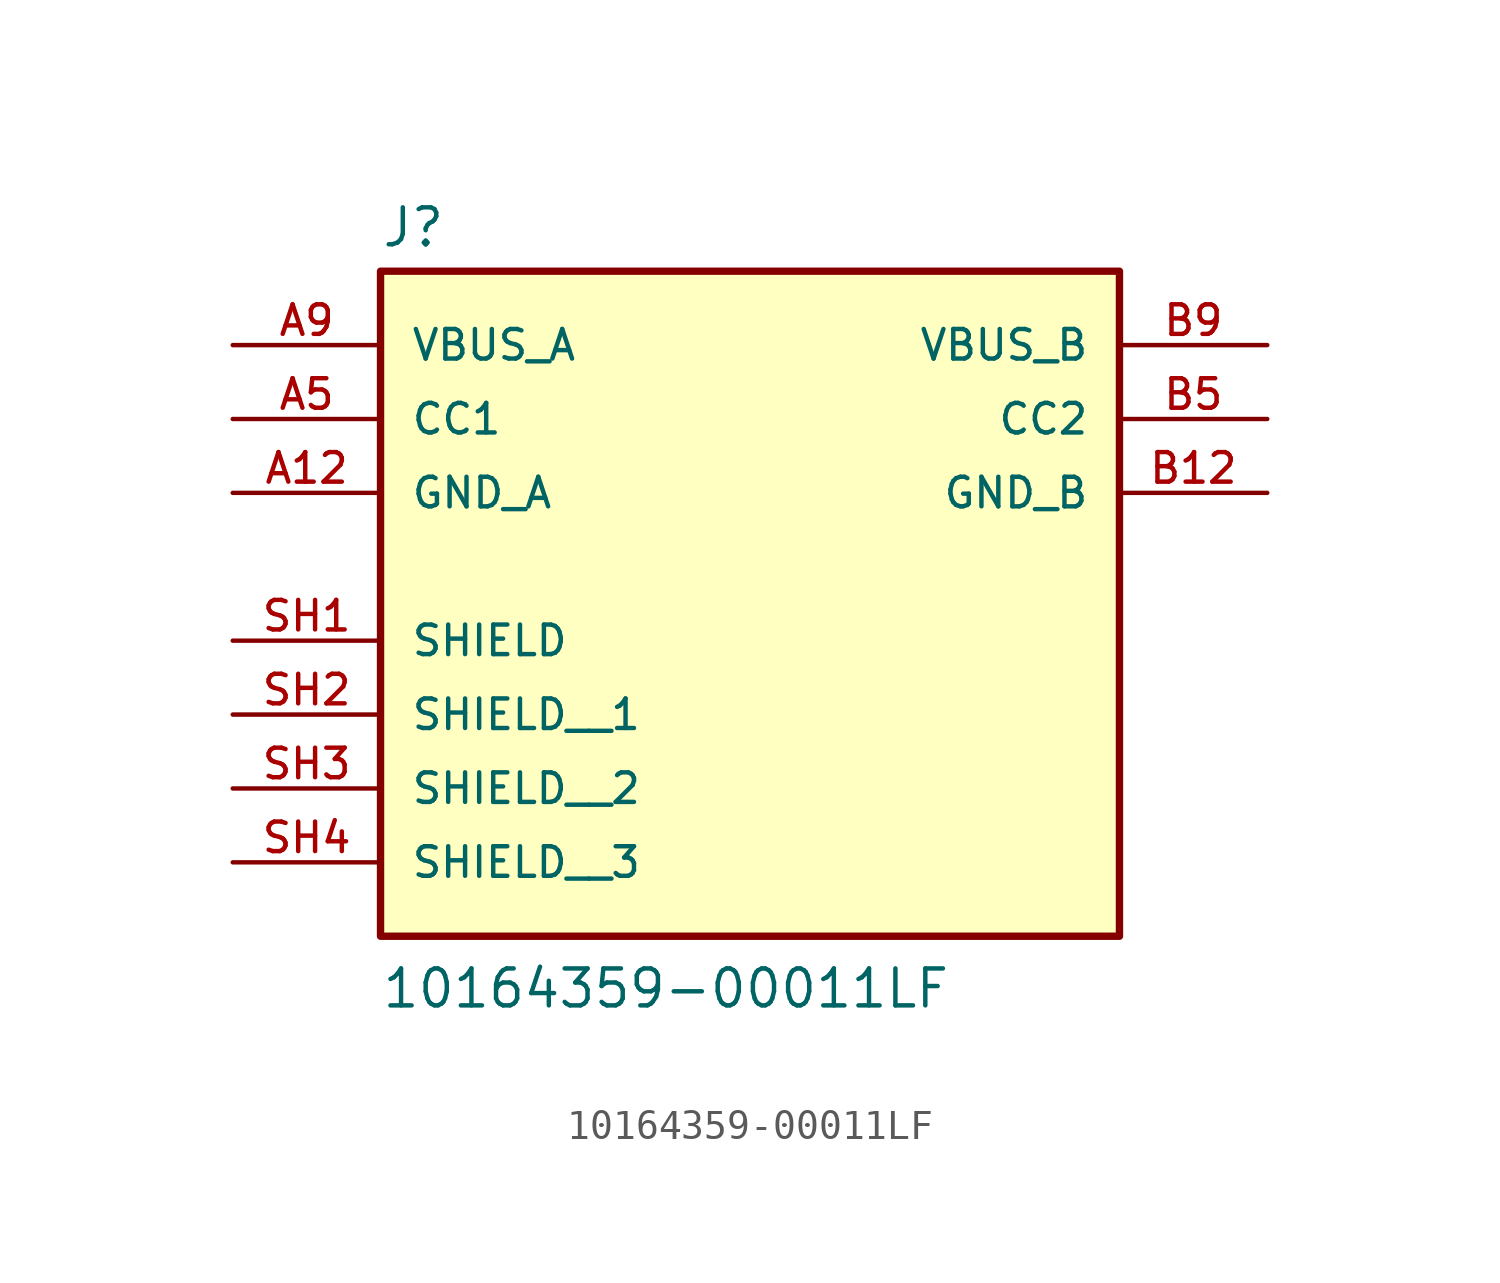
<source format=kicad_sym>
(kicad_symbol_lib
  (version 20211014)
  (generator kicad_symbol_editor)
  (symbol "10164359-00011LF"
    (pin_names
      (offset 1.016))
    (property "Reference" "J"
      (at -12.7 8.382 0)
      (effects (font (size 1.27 1.27)) (justify bottom left)))
    (property "Value" "10164359-00011LF"
      (at -12.7 -17.78 0)
      (effects (font (size 1.27 1.27)) (justify bottom left)))
    (symbol "10164359-00011LF_0_0"
      (rectangle (start -12.7 -15.24) (end 12.7 7.62) (stroke (width 0.254)) (fill (type background)))
      (pin power_in line (at -17.78 0.0 0) (length 5.08) (name "GND_A" (effects (font (size 1.016 1.016)))) (number "A12" (effects (font (size 1.016 1.016)))))
      (pin power_in line (at -17.78 5.08 0) (length 5.08) (name "VBUS_A" (effects (font (size 1.016 1.016)))) (number "A9" (effects (font (size 1.016 1.016)))))
      (pin bidirectional line (at -17.78 2.54 0) (length 5.08) (name "CC1" (effects (font (size 1.016 1.016)))) (number "A5" (effects (font (size 1.016 1.016)))))
      (pin passive line (at -17.78 -5.08 0) (length 5.08) (name "SHIELD" (effects (font (size 1.016 1.016)))) (number "SH1" (effects (font (size 1.016 1.016)))))
      (pin power_in line (at 17.78 0.0 180.0) (length 5.08) (name "GND_B" (effects (font (size 1.016 1.016)))) (number "B12" (effects (font (size 1.016 1.016)))))
      (pin power_in line (at 17.78 5.08 180.0) (length 5.08) (name "VBUS_B" (effects (font (size 1.016 1.016)))) (number "B9" (effects (font (size 1.016 1.016)))))
      (pin bidirectional line (at 17.78 2.54 180.0) (length 5.08) (name "CC2" (effects (font (size 1.016 1.016)))) (number "B5" (effects (font (size 1.016 1.016)))))
      (pin passive line (at -17.78 -7.62 0) (length 5.08) (name "SHIELD__1" (effects (font (size 1.016 1.016)))) (number "SH2" (effects (font (size 1.016 1.016)))))
      (pin passive line (at -17.78 -10.16 0) (length 5.08) (name "SHIELD__2" (effects (font (size 1.016 1.016)))) (number "SH3" (effects (font (size 1.016 1.016)))))
      (pin passive line (at -17.78 -12.7 0) (length 5.08) (name "SHIELD__3" (effects (font (size 1.016 1.016)))) (number "SH4" (effects (font (size 1.016 1.016))))))))
</source>
